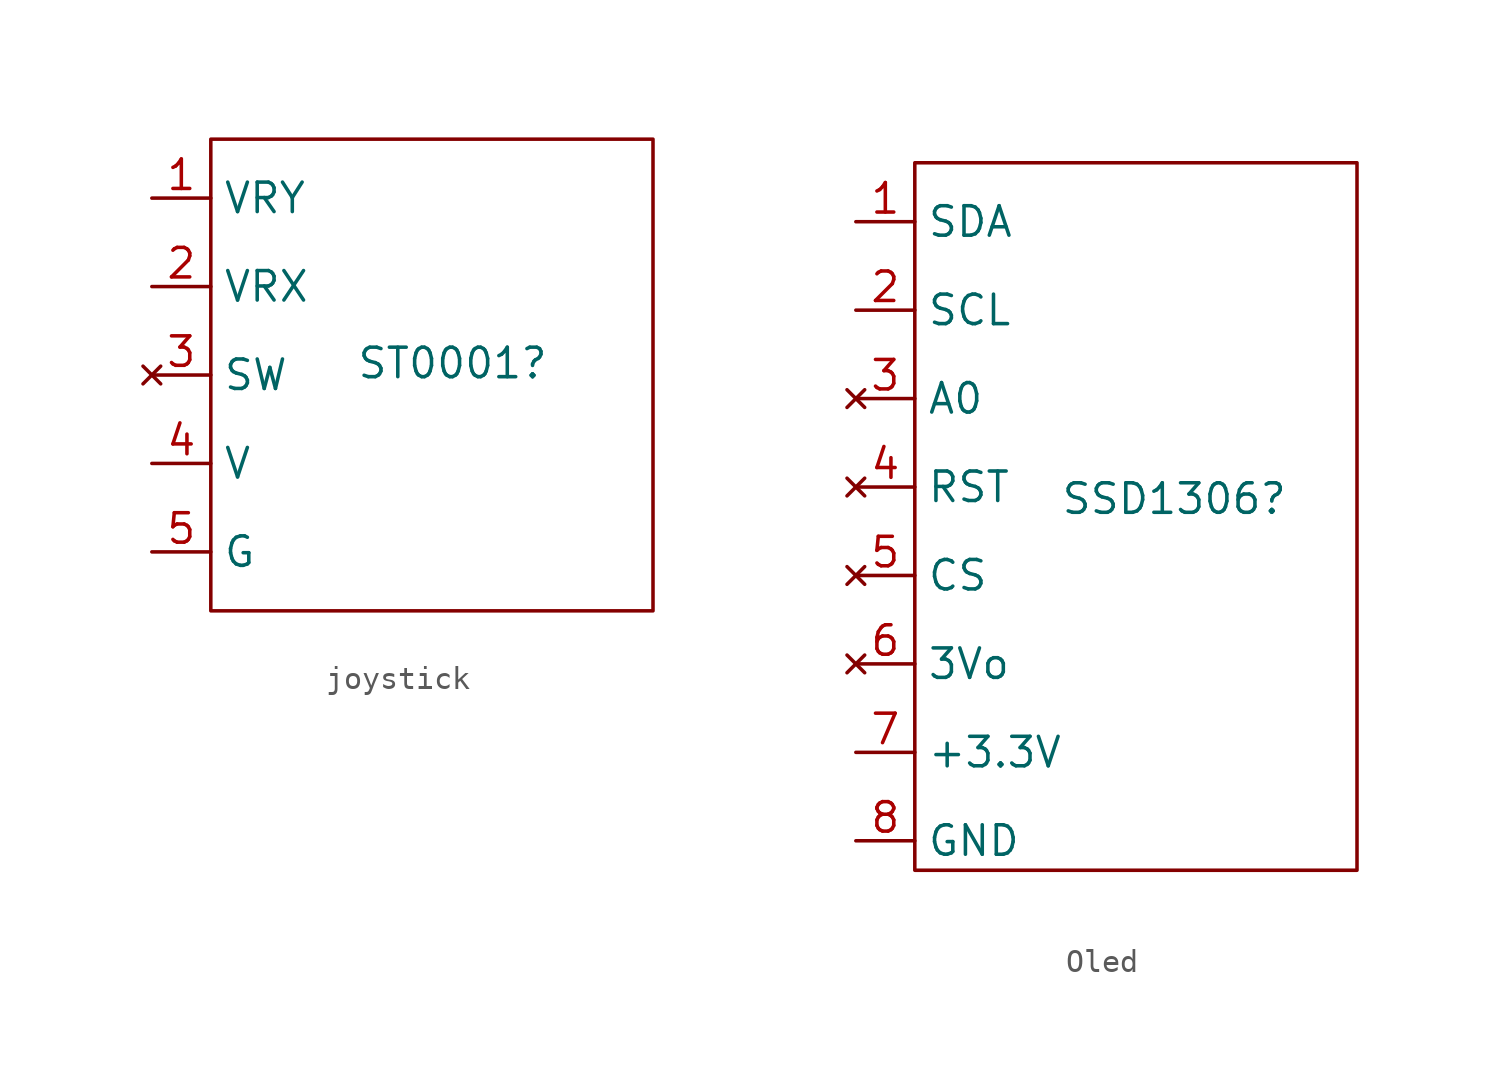
<source format=kicad_sym>
(kicad_symbol_lib
  (version 20231120)
  (generator "kicad_symbol_editor")
  (generator_version "8.0")
  (symbol "joystick"
    (property "Reference" "ST0001"
      (at 0.254 0.508 0)
      (effects (font (size 1.27 1.27))))
    (property "Value" ""
      (at 0 0 0)
      (effects (font (size 1.27 1.27))))
    (symbol "joystick_0_1"
      (rectangle (start -10.16 10.16) (end 8.89 -10.16) (stroke (width 0) (type default)) (fill (type none))))
    (symbol "joystick_1_1"
      (pin output line (at -12.7 7.62 0) (length 2.54) (name "VRY" (effects (font (size 1.27 1.27)))) (number "1" (effects (font (size 1.27 1.27)))))
      (pin output line (at -12.7 3.81 0) (length 2.54) (name "VRX" (effects (font (size 1.27 1.27)))) (number "2" (effects (font (size 1.27 1.27)))))
      (pin no_connect line (at -12.7 0 0) (length 2.54) (name "SW" (effects (font (size 1.27 1.27)))) (number "3" (effects (font (size 1.27 1.27)))))
      (pin power_in line (at -12.7 -3.81 0) (length 2.54) (name "V" (effects (font (size 1.27 1.27)))) (number "4" (effects (font (size 1.27 1.27)))))
      (pin power_in line (at -12.7 -7.62 0) (length 2.54) (name "G" (effects (font (size 1.27 1.27)))) (number "5" (effects (font (size 1.27 1.27)))))))
  (symbol "Oled"
    (property "Reference" "SSD1306"
      (at 2.286 0.762 0)
      (effects (font (size 1.27 1.27))))
    (property "Value" ""
      (at 0 0 0)
      (effects (font (size 1.27 1.27))))
    (symbol "Oled_0_1"
      (rectangle (start -8.89 15.24) (end 10.16 -15.24) (stroke (width 0) (type default)) (fill (type none))))
    (symbol "Oled_1_1"
      (pin bidirectional line (at -11.43 12.7 0) (length 2.54) (name "SDA" (effects (font (size 1.27 1.27)))) (number "1" (effects (font (size 1.27 1.27)))))
      (pin bidirectional line (at -11.43 8.89 0) (length 2.54) (name "SCL" (effects (font (size 1.27 1.27)))) (number "2" (effects (font (size 1.27 1.27)))))
      (pin no_connect line (at -11.43 5.08 0) (length 2.54) (name "A0" (effects (font (size 1.27 1.27)))) (number "3" (effects (font (size 1.27 1.27)))))
      (pin no_connect line (at -11.43 1.27 0) (length 2.54) (name "RST" (effects (font (size 1.27 1.27)))) (number "4" (effects (font (size 1.27 1.27)))))
      (pin no_connect line (at -11.43 -2.54 0) (length 2.54) (name "CS" (effects (font (size 1.27 1.27)))) (number "5" (effects (font (size 1.27 1.27)))))
      (pin no_connect line (at -11.43 -6.35 0) (length 2.54) (name "3Vo" (effects (font (size 1.27 1.27)))) (number "6" (effects (font (size 1.27 1.27)))))
      (pin power_in line (at -11.43 -10.16 0) (length 2.54) (name "+3.3V" (effects (font (size 1.27 1.27)))) (number "7" (effects (font (size 1.27 1.27)))))
      (pin power_in line (at -11.43 -13.97 0) (length 2.54) (name "GND" (effects (font (size 1.27 1.27)))) (number "8" (effects (font (size 1.27 1.27))))))))
</source>
